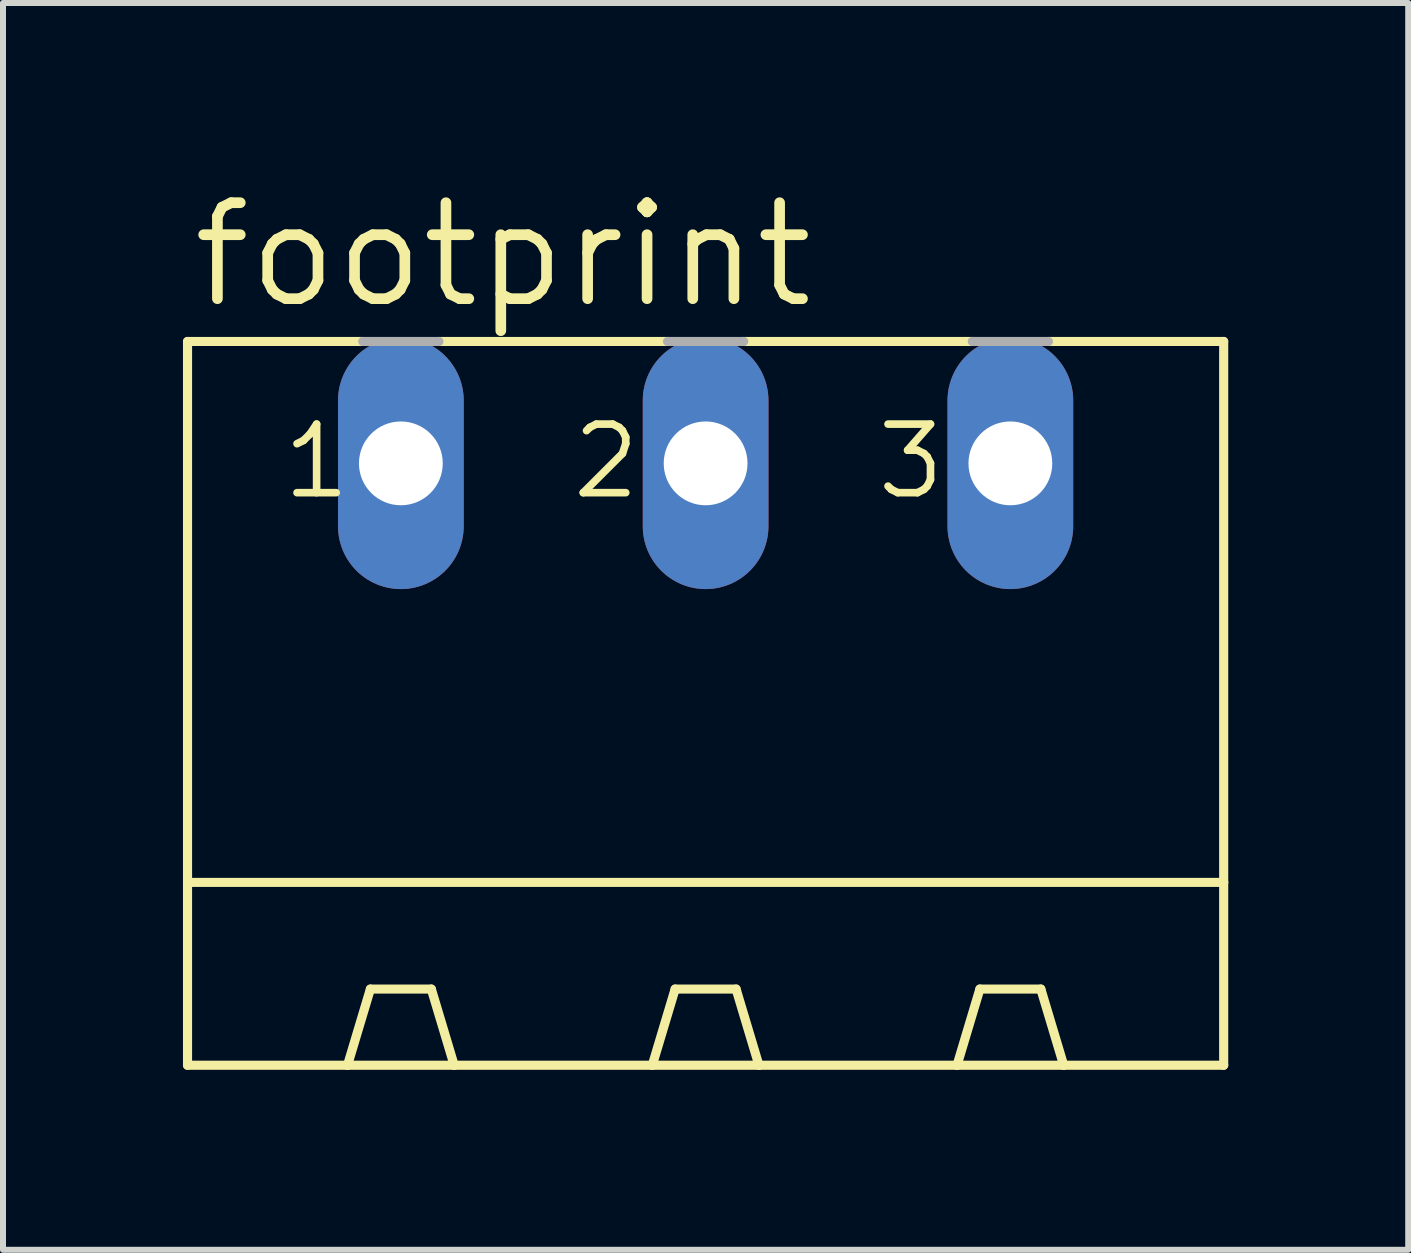
<source format=kicad_pcb>
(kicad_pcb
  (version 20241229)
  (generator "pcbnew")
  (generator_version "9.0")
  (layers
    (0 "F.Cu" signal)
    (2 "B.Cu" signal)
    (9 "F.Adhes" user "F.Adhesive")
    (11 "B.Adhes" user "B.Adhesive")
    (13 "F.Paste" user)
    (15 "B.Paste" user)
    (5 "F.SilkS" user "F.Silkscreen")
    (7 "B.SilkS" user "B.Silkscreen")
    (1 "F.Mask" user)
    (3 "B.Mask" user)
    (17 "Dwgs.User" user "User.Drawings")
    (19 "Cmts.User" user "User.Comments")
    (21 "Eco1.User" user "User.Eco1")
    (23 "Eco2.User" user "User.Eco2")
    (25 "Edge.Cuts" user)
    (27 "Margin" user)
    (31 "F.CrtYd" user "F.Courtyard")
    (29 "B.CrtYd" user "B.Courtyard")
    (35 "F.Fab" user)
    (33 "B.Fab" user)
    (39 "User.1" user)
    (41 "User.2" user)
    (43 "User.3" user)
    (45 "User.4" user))
  (footprint "footprint"
    (layer "F.Cu")
    (at 8.712 9.754)
    (property "Reference" "footprint" (at -8.636 -7.62 0) (layer "F.SilkS") (effects (font (size 1.6 1.6) (thickness 0.178)) (justify left bottom)))
    (fp_line (start -8.636 -7.112) (end -8.636 1.905) (stroke (width 0.152) (type solid)) (layer "F.SilkS"))
    (fp_line (start -8.636 -7.112) (end -5.715 -7.112) (stroke (width 0.152) (type solid)) (layer "F.SilkS"))
    (fp_line (start -8.636 1.905) (end -8.636 4.953) (stroke (width 0.152) (type solid)) (layer "F.SilkS"))
    (fp_line (start -8.636 1.905) (end 8.636 1.905) (stroke (width 0.152) (type solid)) (layer "F.SilkS"))
    (fp_line (start -8.636 4.953) (end -5.969 4.953) (stroke (width 0.152) (type solid)) (layer "F.SilkS"))
    (fp_line (start -5.969 4.953) (end -5.588 3.683) (stroke (width 0.152) (type solid)) (layer "F.SilkS"))
    (fp_line (start -5.969 4.953) (end -4.191 4.953) (stroke (width 0.152) (type solid)) (layer "F.SilkS"))
    (fp_line (start -4.572 3.683) (end -5.588 3.683) (stroke (width 0.152) (type solid)) (layer "F.SilkS"))
    (fp_line (start -4.445 -7.112) (end -0.635 -7.112) (stroke (width 0.152) (type solid)) (layer "F.SilkS"))
    (fp_line (start -4.191 4.953) (end -4.572 3.683) (stroke (width 0.152) (type solid)) (layer "F.SilkS"))
    (fp_line (start -4.191 4.953) (end -0.889 4.953) (stroke (width 0.152) (type solid)) (layer "F.SilkS"))
    (fp_line (start -0.889 4.953) (end -0.508 3.683) (stroke (width 0.152) (type solid)) (layer "F.SilkS"))
    (fp_line (start -0.889 4.953) (end 0.889 4.953) (stroke (width 0.152) (type solid)) (layer "F.SilkS"))
    (fp_line (start -0.508 3.683) (end 0.508 3.683) (stroke (width 0.152) (type solid)) (layer "F.SilkS"))
    (fp_line (start 0.635 -7.112) (end 4.445 -7.112) (stroke (width 0.152) (type solid)) (layer "F.SilkS"))
    (fp_line (start 0.889 4.953) (end 0.508 3.683) (stroke (width 0.152) (type solid)) (layer "F.SilkS"))
    (fp_line (start 0.889 4.953) (end 4.191 4.953) (stroke (width 0.152) (type solid)) (layer "F.SilkS"))
    (fp_line (start 4.191 4.953) (end 4.572 3.683) (stroke (width 0.152) (type solid)) (layer "F.SilkS"))
    (fp_line (start 4.191 4.953) (end 5.969 4.953) (stroke (width 0.152) (type solid)) (layer "F.SilkS"))
    (fp_line (start 4.572 3.683) (end 5.588 3.683) (stroke (width 0.152) (type solid)) (layer "F.SilkS"))
    (fp_line (start 5.715 -7.112) (end 8.636 -7.112) (stroke (width 0.152) (type solid)) (layer "F.SilkS"))
    (fp_line (start 5.969 4.953) (end 5.588 3.683) (stroke (width 0.152) (type solid)) (layer "F.SilkS"))
    (fp_line (start 5.969 4.953) (end 8.636 4.953) (stroke (width 0.152) (type solid)) (layer "F.SilkS"))
    (fp_line (start 8.636 -7.112) (end 8.636 1.905) (stroke (width 0.152) (type solid)) (layer "F.SilkS"))
    (fp_line (start 8.636 1.905) (end 8.636 4.953) (stroke (width 0.152) (type solid)) (layer "F.SilkS"))
    (fp_line (start -5.715 -7.112) (end -4.445 -7.112) (stroke (width 0.152) (type solid)) (layer "F.Fab"))
    (fp_line (start -0.635 -7.112) (end 0.635 -7.112) (stroke (width 0.152) (type solid)) (layer "F.Fab"))
    (fp_line (start 4.445 -7.112) (end 5.715 -7.112) (stroke (width 0.152) (type solid)) (layer "F.Fab"))
    (fp_text user "3" (at 2.794 -4.445 0) (layer "F.SilkS") (effects (font (size 1.143 1.143) (thickness 0.127)) (justify left bottom)))
    (fp_text user "1" (at -7.112 -4.445 0) (layer "F.SilkS") (effects (font (size 1.143 1.143) (thickness 0.127)) (justify left bottom)))
    (fp_text user "2" (at -2.286 -4.445 0) (layer "F.SilkS") (effects (font (size 1.143 1.143) (thickness 0.127)) (justify left bottom)))
    (pad "1" thru_hole oval (at -5.08 -5.08 90) (size 4.191 2.095) (drill 1.397) (layers "*.Cu" "*.Mask"))
    (pad "2" thru_hole oval (at 0 -5.08 90) (size 4.191 2.095) (drill 1.397) (layers "*.Cu" "*.Mask"))
    (pad "3" thru_hole oval (at 5.08 -5.08 90) (size 4.191 2.095) (drill 1.397) (layers "*.Cu" "*.Mask")))
  (gr_rect
    (start -3 -3)
    (end 20.424 17.783)
    (stroke (width 0.1) (type default))
    (fill no)
    (layer "Edge.Cuts")))
</source>
